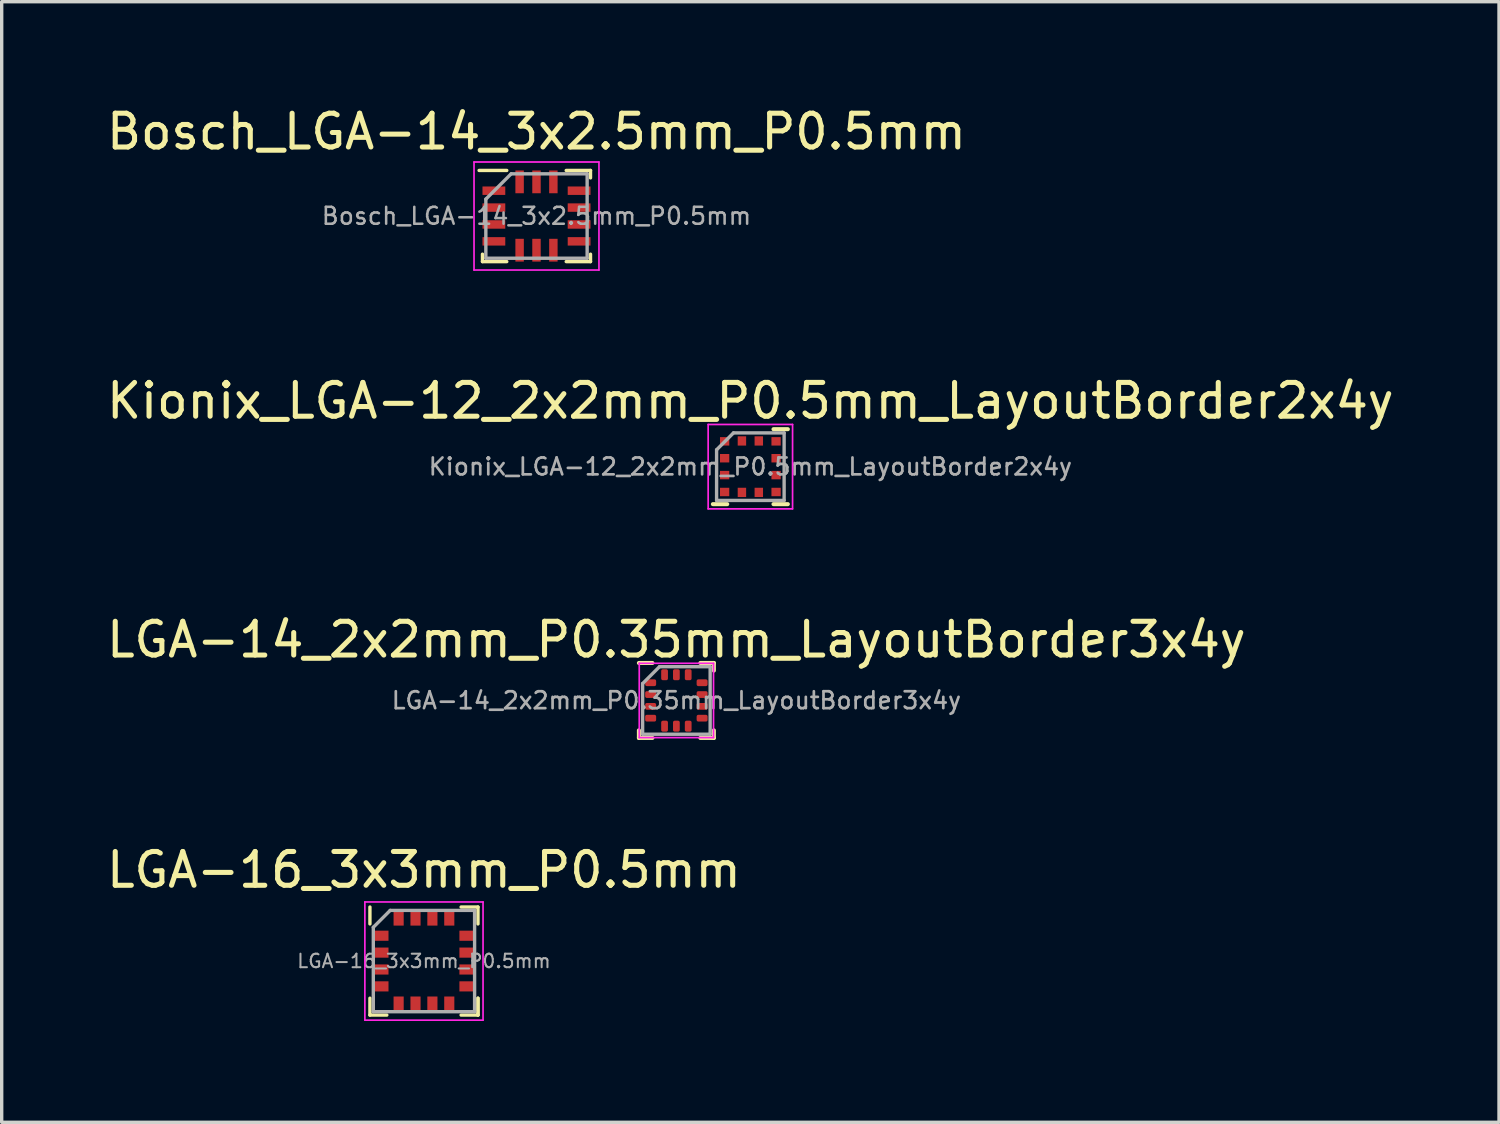
<source format=kicad_pcb>
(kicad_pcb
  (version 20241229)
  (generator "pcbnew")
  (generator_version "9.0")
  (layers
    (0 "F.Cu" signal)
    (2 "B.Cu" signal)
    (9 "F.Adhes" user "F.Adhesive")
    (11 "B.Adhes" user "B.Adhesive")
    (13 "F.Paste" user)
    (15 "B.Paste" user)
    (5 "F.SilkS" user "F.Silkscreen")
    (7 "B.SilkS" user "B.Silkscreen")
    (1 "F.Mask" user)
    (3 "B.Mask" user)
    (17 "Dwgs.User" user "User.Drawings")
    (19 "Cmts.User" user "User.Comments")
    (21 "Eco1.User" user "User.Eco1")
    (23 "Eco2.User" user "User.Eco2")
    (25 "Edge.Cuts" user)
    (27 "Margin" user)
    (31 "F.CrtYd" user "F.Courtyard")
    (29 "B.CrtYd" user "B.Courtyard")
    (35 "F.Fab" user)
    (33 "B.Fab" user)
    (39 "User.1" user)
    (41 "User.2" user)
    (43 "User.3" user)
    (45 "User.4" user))
  (footprint "LGA-16_3x3mm_P0.5mm"
    (layer "F.Cu")
    (at 9.506 25.413)
    (property "Reference" "LGA-16_3x3mm_P0.5mm" (at 0 -2.7 0) (layer "F.SilkS") (effects (font (size 1 1) (thickness 0.15))))
    (attr smd)
    (fp_line (start -1.6 -1.6) (end -1.6 -1.1) (stroke (width 0.1) (type solid)) (layer "F.SilkS"))
    (fp_line (start -1.6 1.6) (end -1.6 1.1) (stroke (width 0.1) (type solid)) (layer "F.SilkS"))
    (fp_line (start -1.6 1.6) (end -1.1 1.6) (stroke (width 0.1) (type solid)) (layer "F.SilkS"))
    (fp_line (start 1.1 -1.6) (end 1.6 -1.6) (stroke (width 0.1) (type solid)) (layer "F.SilkS"))
    (fp_line (start 1.6 -1.6) (end 1.6 -1.1) (stroke (width 0.1) (type solid)) (layer "F.SilkS"))
    (fp_line (start 1.6 1.1) (end 1.6 1.6) (stroke (width 0.1) (type solid)) (layer "F.SilkS"))
    (fp_line (start 1.6 1.6) (end 1.1 1.6) (stroke (width 0.1) (type solid)) (layer "F.SilkS"))
    (fp_line (start 1.6 1.6) (end 1.6 1.1) (stroke (width 0.1) (type solid)) (layer "F.SilkS"))
    (fp_line (start -1.75 -1.75) (end 1.75 -1.75) (stroke (width 0.05) (type solid)) (layer "F.CrtYd"))
    (fp_line (start -1.75 1.75) (end -1.75 -1.75) (stroke (width 0.05) (type solid)) (layer "F.CrtYd"))
    (fp_line (start 1.75 -1.75) (end 1.75 1.75) (stroke (width 0.05) (type solid)) (layer "F.CrtYd"))
    (fp_line (start 1.75 1.75) (end -1.75 1.75) (stroke (width 0.05) (type solid)) (layer "F.CrtYd"))
    (fp_line (start -1.5 -1) (end -1 -1.5) (stroke (width 0.1) (type solid)) (layer "F.Fab"))
    (fp_line (start -1.5 1.5) (end -1.5 -1) (stroke (width 0.1) (type solid)) (layer "F.Fab"))
    (fp_line (start -1 -1.5) (end 1.5 -1.5) (stroke (width 0.1) (type solid)) (layer "F.Fab"))
    (fp_line (start 1.5 -1.5) (end 1.5 1.5) (stroke (width 0.1) (type solid)) (layer "F.Fab"))
    (fp_line (start 1.5 1.5) (end -1.5 1.5) (stroke (width 0.1) (type solid)) (layer "F.Fab"))
    (fp_text user "${REFERENCE}" (at 0 0 180) (layer "F.Fab") (effects (font (size 0.4 0.4) (thickness 0.06))))
    (pad "1" smd rect (at -1.275 -0.75 90) (size 0.3 0.45) (layers "F.Cu" "F.Mask" "F.Paste"))
    (pad "2" smd rect (at -1.275 -0.25 90) (size 0.3 0.45) (layers "F.Cu" "F.Mask" "F.Paste"))
    (pad "3" smd rect (at -1.275 0.25 90) (size 0.3 0.45) (layers "F.Cu" "F.Mask" "F.Paste"))
    (pad "4" smd rect (at -1.275 0.75 90) (size 0.3 0.45) (layers "F.Cu" "F.Mask" "F.Paste"))
    (pad "5" smd rect (at -0.75 1.275) (size 0.3 0.45) (layers "F.Cu" "F.Mask" "F.Paste"))
    (pad "6" smd rect (at -0.25 1.275) (size 0.3 0.45) (layers "F.Cu" "F.Mask" "F.Paste"))
    (pad "7" smd rect (at 0.25 1.275) (size 0.3 0.45) (layers "F.Cu" "F.Mask" "F.Paste"))
    (pad "8" smd rect (at 0.75 1.275) (size 0.3 0.45) (layers "F.Cu" "F.Mask" "F.Paste"))
    (pad "9" smd rect (at 1.275 0.75 90) (size 0.3 0.45) (layers "F.Cu" "F.Mask" "F.Paste"))
    (pad "10" smd rect (at 1.275 0.25 90) (size 0.3 0.45) (layers "F.Cu" "F.Mask" "F.Paste"))
    (pad "11" smd rect (at 1.275 -0.25 90) (size 0.3 0.45) (layers "F.Cu" "F.Mask" "F.Paste"))
    (pad "12" smd rect (at 1.275 -0.75 90) (size 0.3 0.45) (layers "F.Cu" "F.Mask" "F.Paste"))
    (pad "13" smd rect (at 0.75 -1.275) (size 0.3 0.45) (layers "F.Cu" "F.Mask" "F.Paste"))
    (pad "14" smd rect (at 0.25 -1.275) (size 0.3 0.45) (layers "F.Cu" "F.Mask" "F.Paste"))
    (pad "15" smd rect (at -0.25 -1.275) (size 0.3 0.45) (layers "F.Cu" "F.Mask" "F.Paste"))
    (pad "16" smd rect (at -0.75 -1.275) (size 0.3 0.45) (layers "F.Cu" "F.Mask" "F.Paste")))
  (footprint "LGA-14_2x2mm_P0.35mm_LayoutBorder3x4y"
    (layer "F.Cu")
    (at 16.982 17.695)
    (property "Reference" "LGA-14_2x2mm_P0.35mm_LayoutBorder3x4y" (at 0 -1.8 0) (layer "F.SilkS") (effects (font (size 1 1) (thickness 0.15))))
    (attr smd)
    (fp_line (start -1.11 1.11) (end -1.11 0.885) (stroke (width 0.12) (type solid)) (layer "F.SilkS"))
    (fp_line (start -0.71 -1.11) (end -1.11 -1.11) (stroke (width 0.12) (type solid)) (layer "F.SilkS"))
    (fp_line (start -0.71 1.11) (end -1.11 1.11) (stroke (width 0.12) (type solid)) (layer "F.SilkS"))
    (fp_line (start 0.71 -1.11) (end 1.11 -1.11) (stroke (width 0.12) (type solid)) (layer "F.SilkS"))
    (fp_line (start 0.71 1.11) (end 1.11 1.11) (stroke (width 0.12) (type solid)) (layer "F.SilkS"))
    (fp_line (start 1.11 -1.11) (end 1.11 -0.885) (stroke (width 0.12) (type solid)) (layer "F.SilkS"))
    (fp_line (start 1.11 1.11) (end 1.11 0.885) (stroke (width 0.12) (type solid)) (layer "F.SilkS"))
    (fp_line (start -1.1 -1.1) (end -1.1 1.1) (stroke (width 0.05) (type solid)) (layer "F.CrtYd"))
    (fp_line (start -1.1 1.1) (end 1.1 1.1) (stroke (width 0.05) (type solid)) (layer "F.CrtYd"))
    (fp_line (start 1.1 -1.1) (end -1.1 -1.1) (stroke (width 0.05) (type solid)) (layer "F.CrtYd"))
    (fp_line (start 1.1 1.1) (end 1.1 -1.1) (stroke (width 0.05) (type solid)) (layer "F.CrtYd"))
    (fp_line (start -1 -0.5) (end -0.5 -1) (stroke (width 0.1) (type solid)) (layer "F.Fab"))
    (fp_line (start -1 1) (end -1 -0.5) (stroke (width 0.1) (type solid)) (layer "F.Fab"))
    (fp_line (start -0.5 -1) (end 1 -1) (stroke (width 0.1) (type solid)) (layer "F.Fab"))
    (fp_line (start 1 -1) (end 1 1) (stroke (width 0.1) (type solid)) (layer "F.Fab"))
    (fp_line (start 1 1) (end -1 1) (stroke (width 0.1) (type solid)) (layer "F.Fab"))
    (fp_text user "${REFERENCE}" (at 0 0 0) (layer "F.Fab") (effects (font (size 0.5 0.5) (thickness 0.08))))
    (pad "1" smd roundrect (at -0.762 -0.525) (size 0.325 0.2) (layers "F.Cu" "F.Mask" "F.Paste") (roundrect_rratio 0.25))
    (pad "2" smd roundrect (at -0.762 -0.175) (size 0.325 0.2) (layers "F.Cu" "F.Mask" "F.Paste") (roundrect_rratio 0.25))
    (pad "3" smd roundrect (at -0.762 0.175) (size 0.325 0.2) (layers "F.Cu" "F.Mask" "F.Paste") (roundrect_rratio 0.25))
    (pad "4" smd roundrect (at -0.762 0.525) (size 0.325 0.2) (layers "F.Cu" "F.Mask" "F.Paste") (roundrect_rratio 0.25))
    (pad "5" smd roundrect (at -0.35 0.762) (size 0.2 0.325) (layers "F.Cu" "F.Mask" "F.Paste") (roundrect_rratio 0.25))
    (pad "6" smd roundrect (at 0 0.762) (size 0.2 0.325) (layers "F.Cu" "F.Mask" "F.Paste") (roundrect_rratio 0.25))
    (pad "7" smd roundrect (at 0.35 0.762) (size 0.2 0.325) (layers "F.Cu" "F.Mask" "F.Paste") (roundrect_rratio 0.25))
    (pad "8" smd roundrect (at 0.762 0.525) (size 0.325 0.2) (layers "F.Cu" "F.Mask" "F.Paste") (roundrect_rratio 0.25))
    (pad "9" smd roundrect (at 0.762 0.175) (size 0.325 0.2) (layers "F.Cu" "F.Mask" "F.Paste") (roundrect_rratio 0.25))
    (pad "10" smd roundrect (at 0.762 -0.175) (size 0.325 0.2) (layers "F.Cu" "F.Mask" "F.Paste") (roundrect_rratio 0.25))
    (pad "11" smd roundrect (at 0.762 -0.525) (size 0.325 0.2) (layers "F.Cu" "F.Mask" "F.Paste") (roundrect_rratio 0.25))
    (pad "12" smd roundrect (at 0.35 -0.762) (size 0.2 0.325) (layers "F.Cu" "F.Mask" "F.Paste") (roundrect_rratio 0.25))
    (pad "13" smd roundrect (at 0 -0.762) (size 0.2 0.325) (layers "F.Cu" "F.Mask" "F.Paste") (roundrect_rratio 0.25))
    (pad "14" smd roundrect (at -0.35 -0.762) (size 0.2 0.325) (layers "F.Cu" "F.Mask" "F.Paste") (roundrect_rratio 0.25)))
  (footprint "Kionix_LGA-12_2x2mm_P0.5mm_LayoutBorder2x4y"
    (layer "F.Cu")
    (at 19.173 10.771)
    (property "Reference" "Kionix_LGA-12_2x2mm_P0.5mm_LayoutBorder2x4y" (at 0 -1.95 0) (layer "F.SilkS") (effects (font (size 1 1) (thickness 0.15))))
    (attr smd)
    (fp_line (start -0.685 1.11) (end -1.11 1.11) (stroke (width 0.12) (type solid)) (layer "F.SilkS"))
    (fp_line (start 0.685 -1.11) (end 1.11 -1.11) (stroke (width 0.12) (type solid)) (layer "F.SilkS"))
    (fp_line (start 0.685 1.11) (end 1.11 1.11) (stroke (width 0.12) (type solid)) (layer "F.SilkS"))
    (fp_line (start -1.25 -1.25) (end -1.25 1.25) (stroke (width 0.05) (type solid)) (layer "F.CrtYd"))
    (fp_line (start -1.25 1.25) (end 1.25 1.25) (stroke (width 0.05) (type solid)) (layer "F.CrtYd"))
    (fp_line (start 1.25 -1.25) (end -1.25 -1.25) (stroke (width 0.05) (type solid)) (layer "F.CrtYd"))
    (fp_line (start 1.25 1.25) (end 1.25 -1.25) (stroke (width 0.05) (type solid)) (layer "F.CrtYd"))
    (fp_line (start -1 -0.5) (end -0.5 -1) (stroke (width 0.1) (type solid)) (layer "F.Fab"))
    (fp_line (start -1 1) (end -1 -0.5) (stroke (width 0.1) (type solid)) (layer "F.Fab"))
    (fp_line (start -0.5 -1) (end 1 -1) (stroke (width 0.1) (type solid)) (layer "F.Fab"))
    (fp_line (start 1 -1) (end 1 1) (stroke (width 0.1) (type solid)) (layer "F.Fab"))
    (fp_line (start 1 1) (end -1 1) (stroke (width 0.1) (type solid)) (layer "F.Fab"))
    (fp_text user "${REFERENCE}" (at 0 0 0) (layer "F.Fab") (effects (font (size 0.5 0.5) (thickness 0.08))))
    (pad "1" smd rect (at -0.762 -0.75) (size 0.275 0.25) (layers "F.Cu" "F.Mask" "F.Paste"))
    (pad "2" smd rect (at -0.762 -0.25) (size 0.275 0.25) (layers "F.Cu" "F.Mask" "F.Paste"))
    (pad "3" smd rect (at -0.762 0.25) (size 0.275 0.25) (layers "F.Cu" "F.Mask" "F.Paste"))
    (pad "4" smd rect (at -0.762 0.75) (size 0.275 0.25) (layers "F.Cu" "F.Mask" "F.Paste"))
    (pad "5" smd rect (at -0.25 0.762) (size 0.25 0.275) (layers "F.Cu" "F.Mask" "F.Paste"))
    (pad "6" smd rect (at 0.25 0.762) (size 0.25 0.275) (layers "F.Cu" "F.Mask" "F.Paste"))
    (pad "7" smd rect (at 0.762 0.75) (size 0.275 0.25) (layers "F.Cu" "F.Mask" "F.Paste"))
    (pad "8" smd rect (at 0.762 0.25) (size 0.275 0.25) (layers "F.Cu" "F.Mask" "F.Paste"))
    (pad "9" smd rect (at 0.762 -0.25) (size 0.275 0.25) (layers "F.Cu" "F.Mask" "F.Paste"))
    (pad "10" smd rect (at 0.762 -0.75) (size 0.275 0.25) (layers "F.Cu" "F.Mask" "F.Paste"))
    (pad "11" smd rect (at 0.25 -0.762) (size 0.25 0.275) (layers "F.Cu" "F.Mask" "F.Paste"))
    (pad "12" smd rect (at -0.25 -0.762) (size 0.25 0.275) (layers "F.Cu" "F.Mask" "F.Paste")))
  (footprint "Bosch_LGA-14_3x2.5mm_P0.5mm"
    (layer "F.Cu")
    (at 12.839 3.348)
    (property "Reference" "Bosch_LGA-14_3x2.5mm_P0.5mm" (at 0 -2.5 0) (layer "F.SilkS") (effects (font (size 1 1) (thickness 0.15))))
    (attr smd)
    (fp_line (start -1.7 -1.35) (end -0.88 -1.35) (stroke (width 0.1) (type solid)) (layer "F.SilkS"))
    (fp_line (start -1.6 1.35) (end -1.6 1.13) (stroke (width 0.1) (type solid)) (layer "F.SilkS"))
    (fp_line (start -1.6 1.35) (end -0.88 1.35) (stroke (width 0.1) (type solid)) (layer "F.SilkS"))
    (fp_line (start 0.88 -1.35) (end 1.6 -1.35) (stroke (width 0.1) (type solid)) (layer "F.SilkS"))
    (fp_line (start 1.6 -1.35) (end 1.6 -1.13) (stroke (width 0.1) (type solid)) (layer "F.SilkS"))
    (fp_line (start 1.6 1.13) (end 1.6 1.35) (stroke (width 0.1) (type solid)) (layer "F.SilkS"))
    (fp_line (start 1.6 1.35) (end 0.88 1.35) (stroke (width 0.1) (type solid)) (layer "F.SilkS"))
    (fp_line (start -1.85 -1.6) (end 1.85 -1.6) (stroke (width 0.05) (type solid)) (layer "F.CrtYd"))
    (fp_line (start -1.85 1.6) (end -1.85 -1.6) (stroke (width 0.05) (type solid)) (layer "F.CrtYd"))
    (fp_line (start 1.85 -1.6) (end 1.85 1.6) (stroke (width 0.05) (type solid)) (layer "F.CrtYd"))
    (fp_line (start 1.85 1.6) (end -1.85 1.6) (stroke (width 0.05) (type solid)) (layer "F.CrtYd"))
    (fp_line (start -1.5 1.25) (end -1.5 -0.5) (stroke (width 0.1) (type solid)) (layer "F.Fab"))
    (fp_line (start -0.75 -1.25) (end -1.5 -0.5) (stroke (width 0.1) (type solid)) (layer "F.Fab"))
    (fp_line (start -0.75 -1.25) (end 1.5 -1.25) (stroke (width 0.1) (type solid)) (layer "F.Fab"))
    (fp_line (start 1.5 -1.25) (end 1.5 1.25) (stroke (width 0.1) (type solid)) (layer "F.Fab"))
    (fp_line (start 1.5 1.25) (end -1.5 1.25) (stroke (width 0.1) (type solid)) (layer "F.Fab"))
    (fp_text user "${REFERENCE}" (at 0 0 0) (layer "F.Fab") (effects (font (size 0.5 0.5) (thickness 0.075))))
    (pad "1" smd rect (at -1.262 -0.75) (size 0.675 0.25) (layers "F.Cu" "F.Mask" "F.Paste"))
    (pad "2" smd rect (at -1.262 -0.25) (size 0.675 0.25) (layers "F.Cu" "F.Mask" "F.Paste"))
    (pad "3" smd rect (at -1.262 0.25) (size 0.675 0.25) (layers "F.Cu" "F.Mask" "F.Paste"))
    (pad "4" smd rect (at -1.262 0.75) (size 0.675 0.25) (layers "F.Cu" "F.Mask" "F.Paste"))
    (pad "5" smd rect (at -0.5 1.012) (size 0.25 0.675) (layers "F.Cu" "F.Mask" "F.Paste"))
    (pad "6" smd rect (at 0 1.012) (size 0.25 0.675) (layers "F.Cu" "F.Mask" "F.Paste"))
    (pad "7" smd rect (at 0.5 1.012) (size 0.25 0.675) (layers "F.Cu" "F.Mask" "F.Paste"))
    (pad "8" smd rect (at 1.262 0.75) (size 0.675 0.25) (layers "F.Cu" "F.Mask" "F.Paste"))
    (pad "9" smd rect (at 1.262 0.25) (size 0.675 0.25) (layers "F.Cu" "F.Mask" "F.Paste"))
    (pad "10" smd rect (at 1.262 -0.25) (size 0.675 0.25) (layers "F.Cu" "F.Mask" "F.Paste"))
    (pad "11" smd rect (at 1.262 -0.75) (size 0.675 0.25) (layers "F.Cu" "F.Mask" "F.Paste"))
    (pad "12" smd rect (at 0.5 -1.012) (size 0.25 0.675) (layers "F.Cu" "F.Mask" "F.Paste"))
    (pad "13" smd rect (at 0 -1.012) (size 0.25 0.675) (layers "F.Cu" "F.Mask" "F.Paste"))
    (pad "14" smd rect (at -0.5 -1.012) (size 0.25 0.675) (layers "F.Cu" "F.Mask" "F.Paste")))
  (gr_rect
    (start -3 -3)
    (end 41.345 30.188)
    (stroke (width 0.1) (type default))
    (fill no)
    (layer "Edge.Cuts")))
</source>
